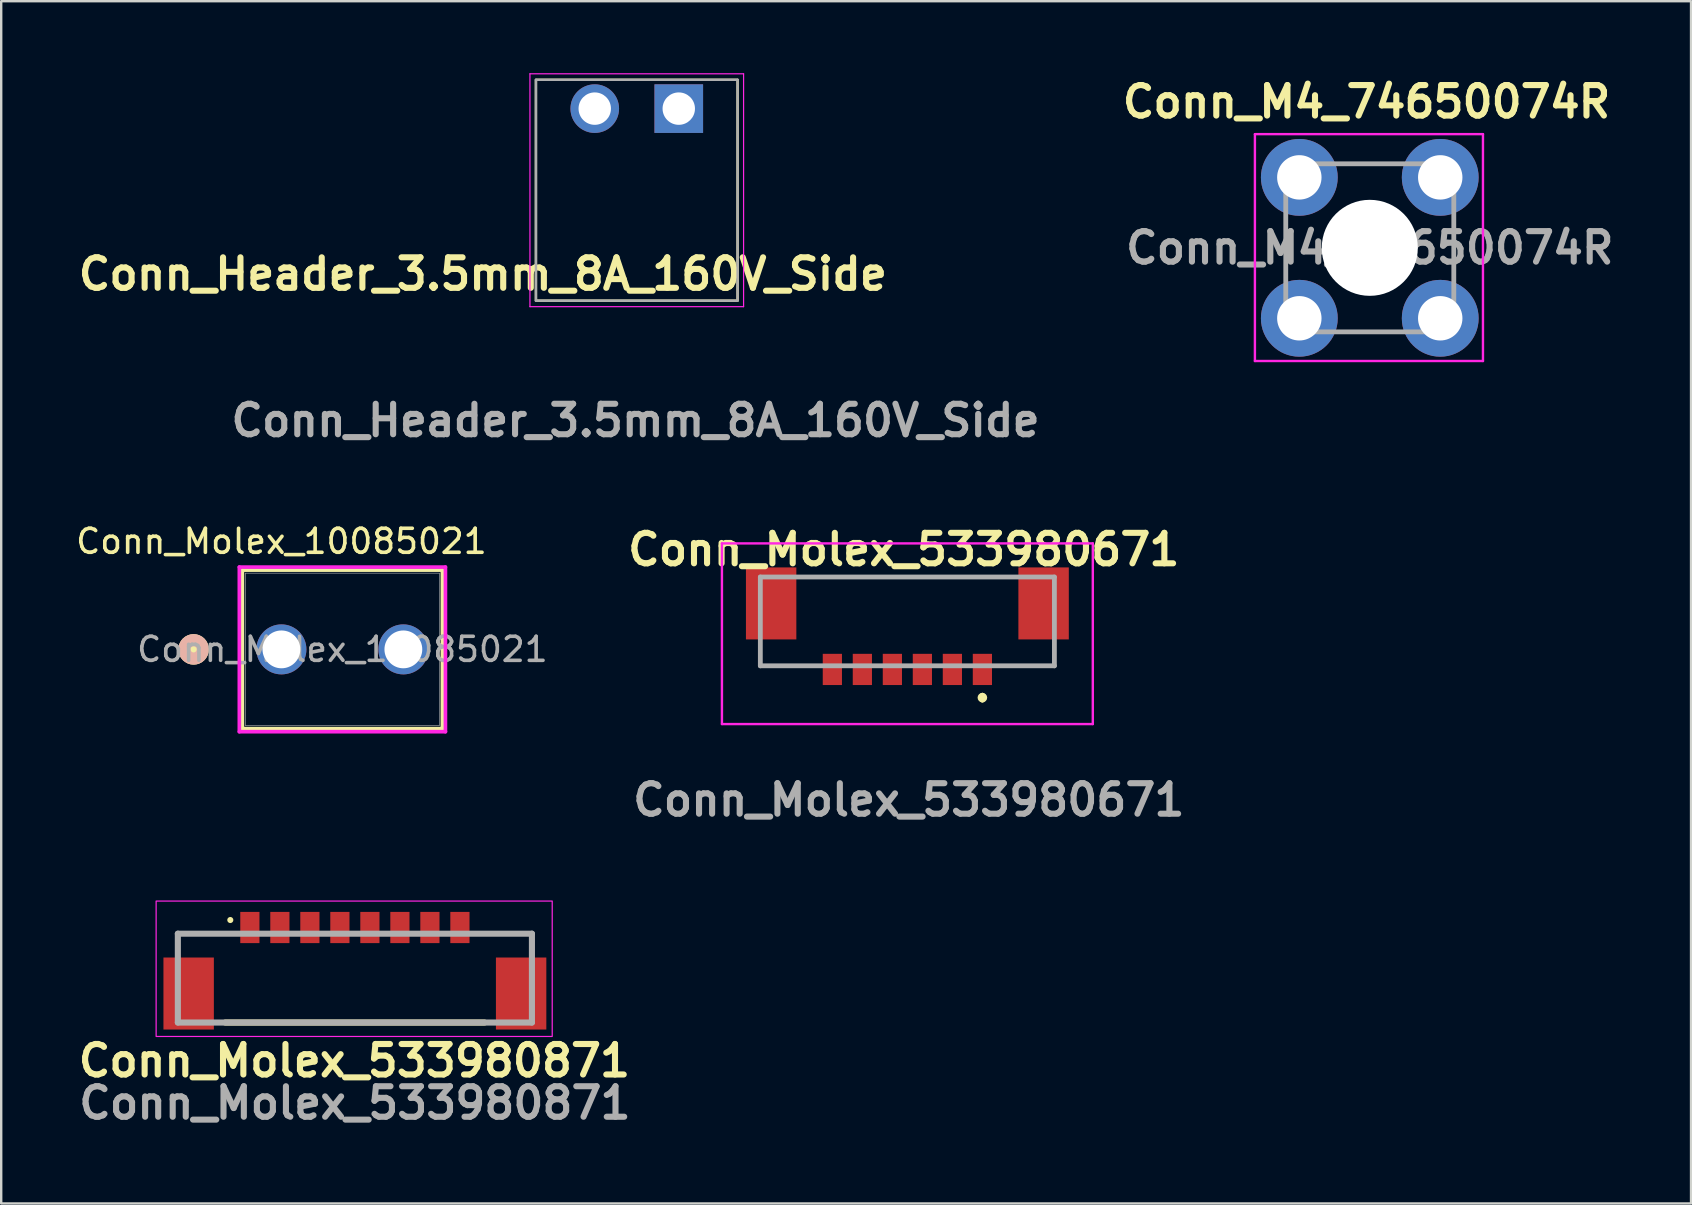
<source format=kicad_pcb>
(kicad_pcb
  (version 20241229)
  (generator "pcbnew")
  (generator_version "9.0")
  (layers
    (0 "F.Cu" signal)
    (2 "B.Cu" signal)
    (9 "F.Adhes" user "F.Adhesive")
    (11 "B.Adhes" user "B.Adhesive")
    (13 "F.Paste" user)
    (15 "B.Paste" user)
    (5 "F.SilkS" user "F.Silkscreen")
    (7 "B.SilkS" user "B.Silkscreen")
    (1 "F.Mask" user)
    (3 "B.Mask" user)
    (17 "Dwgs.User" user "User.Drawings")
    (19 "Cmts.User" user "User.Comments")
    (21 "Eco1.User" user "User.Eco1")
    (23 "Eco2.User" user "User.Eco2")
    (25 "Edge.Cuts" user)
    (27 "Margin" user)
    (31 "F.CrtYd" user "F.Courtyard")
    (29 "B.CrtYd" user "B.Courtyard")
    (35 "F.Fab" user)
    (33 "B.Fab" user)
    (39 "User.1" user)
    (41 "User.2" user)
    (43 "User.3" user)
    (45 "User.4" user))
  (footprint "Conn_Molex_533980871"
    (layer "F.Cu")
    (at 11.734 35.846)
    (property "Reference" "Conn_Molex_533980871" (at -0.02 5.29 0) (layer "F.SilkS") (effects (font (size 1.27 1.27) (thickness 0.254))))
    (attr smd)
    (fp_line (start -5.4 3.7) (end 5.4 3.7) (stroke (width 0.254) (type solid)) (layer "F.SilkS"))
    (fp_line (start -5.19 -0.57) (end -5.19 -0.57) (stroke (width 0.254) (type solid)) (layer "F.SilkS"))
    (fp_rect (start -8.28 -1.36) (end 8.22 4.28) (stroke (width 0.05) (type default)) (fill no) (layer "F.CrtYd"))
    (fp_line (start -7.375 0) (end 7.375 0) (stroke (width 0.254) (type solid)) (layer "F.Fab"))
    (fp_line (start -7.375 3.7) (end -7.375 0) (stroke (width 0.254) (type solid)) (layer "F.Fab"))
    (fp_line (start 7.375 0) (end 7.375 3.7) (stroke (width 0.254) (type solid)) (layer "F.Fab"))
    (fp_line (start 7.375 3.7) (end -7.375 3.7) (stroke (width 0.254) (type solid)) (layer "F.Fab"))
    (fp_text user "${REFERENCE}" (at 0 7.05 0) (layer "F.Fab") (effects (font (size 1.27 1.27) (thickness 0.254))))
    (pad "" smd rect (at -6.925 2.492) (size 2.1 3) (layers "F.Cu" "F.Mask" "F.Paste"))
    (pad "" smd rect (at 6.925 2.492) (size 2.1 3) (layers "F.Cu" "F.Mask" "F.Paste"))
    (pad "1" smd rect (at -4.375 -0.258) (size 0.8 1.3) (layers "F.Cu" "F.Mask" "F.Paste"))
    (pad "2" smd rect (at -3.125 -0.258) (size 0.8 1.3) (layers "F.Cu" "F.Mask" "F.Paste"))
    (pad "3" smd rect (at -1.875 -0.258) (size 0.8 1.3) (layers "F.Cu" "F.Mask" "F.Paste"))
    (pad "4" smd rect (at -0.625 -0.258) (size 0.8 1.3) (layers "F.Cu" "F.Mask" "F.Paste"))
    (pad "5" smd rect (at 0.625 -0.258) (size 0.8 1.3) (layers "F.Cu" "F.Mask" "F.Paste"))
    (pad "6" smd rect (at 1.875 -0.258) (size 0.8 1.3) (layers "F.Cu" "F.Mask" "F.Paste"))
    (pad "7" smd rect (at 3.125 -0.258) (size 0.8 1.3) (layers "F.Cu" "F.Mask" "F.Paste"))
    (pad "8" smd rect (at 4.375 -0.258) (size 0.8 1.3) (layers "F.Cu" "F.Mask" "F.Paste")))
  (footprint "Conn_Molex_10085021"
    (layer "F.Cu")
    (at 8.673 24.002)
    (property "Reference" "Conn_Molex_10085021" (at 0 -4.5 0) (unlocked yes) (layer "F.SilkS") (effects (font (size 1 1) (thickness 0.15))))
    (attr through_hole)
    (fp_line (start -1.626 -3.302) (end -1.626 3.302) (stroke (width 0.152) (type solid)) (layer "F.SilkS"))
    (fp_line (start -1.626 3.302) (end 6.706 3.302) (stroke (width 0.152) (type solid)) (layer "F.SilkS"))
    (fp_line (start 6.706 -3.302) (end -1.626 -3.302) (stroke (width 0.152) (type solid)) (layer "F.SilkS"))
    (fp_line (start 6.706 3.302) (end 6.706 -3.302) (stroke (width 0.152) (type solid)) (layer "F.SilkS"))
    (fp_circle (center -3.658 0) (end -3.277 0) (stroke (width 0.508) (type solid)) (fill yes) (layer "F.SilkS"))
    (fp_circle (center -3.658 0) (end -3.277 0) (stroke (width 0.508) (type solid)) (fill no) (layer "B.SilkS"))
    (fp_line (start -1.753 -3.429) (end -1.753 3.429) (stroke (width 0.152) (type solid)) (layer "F.CrtYd"))
    (fp_line (start -1.753 3.429) (end 6.833 3.429) (stroke (width 0.152) (type solid)) (layer "F.CrtYd"))
    (fp_line (start 6.833 -3.429) (end -1.753 -3.429) (stroke (width 0.152) (type solid)) (layer "F.CrtYd"))
    (fp_line (start 6.833 3.429) (end 6.833 -3.429) (stroke (width 0.152) (type solid)) (layer "F.CrtYd"))
    (fp_line (start -1.499 -3.175) (end -1.499 3.175) (stroke (width 0.025) (type solid)) (layer "F.Fab"))
    (fp_line (start -1.499 3.175) (end 6.579 3.175) (stroke (width 0.025) (type solid)) (layer "F.Fab"))
    (fp_line (start 6.579 -3.175) (end -1.499 -3.175) (stroke (width 0.025) (type solid)) (layer "F.Fab"))
    (fp_line (start 6.579 3.175) (end 6.579 -3.175) (stroke (width 0.025) (type solid)) (layer "F.Fab"))
    (fp_text user "${REFERENCE}" (at 2.54 0 0) (unlocked yes) (layer "F.Fab") (effects (font (size 1 1) (thickness 0.15))))
    (pad "1" thru_hole circle (at 0 0) (size 2.083 2.083) (drill 1.575) (layers "*.Cu" "*.Mask"))
    (pad "2" thru_hole circle (at 5.08 0) (size 2.083 2.083) (drill 1.575) (layers "*.Cu" "*.Mask")))
  (footprint "Conn_M4_74650074R"
    (layer "F.Cu")
    (at 51.077 4.339)
    (property "Reference" "Conn_M4_74650074R" (at 2.8 -3.15 0) (layer "F.SilkS") (effects (font (size 1.27 1.27) (thickness 0.254))))
    (attr through_hole)
    (fp_line (start -0.565 1.935) (end -0.565 3.935) (stroke (width 0.1) (type solid)) (layer "F.SilkS"))
    (fp_line (start 1.935 -0.565) (end 3.935 -0.565) (stroke (width 0.1) (type solid)) (layer "F.SilkS"))
    (fp_line (start 1.935 6.435) (end 3.935 6.435) (stroke (width 0.1) (type solid)) (layer "F.SilkS"))
    (fp_line (start 6.435 1.935) (end 6.435 3.935) (stroke (width 0.1) (type solid)) (layer "F.SilkS"))
    (fp_line (start -1.85 -1.8) (end 7.65 -1.8) (stroke (width 0.1) (type solid)) (layer "F.CrtYd"))
    (fp_line (start -1.85 7.65) (end -1.85 -1.8) (stroke (width 0.1) (type solid)) (layer "F.CrtYd"))
    (fp_line (start 7.65 -1.8) (end 7.65 7.65) (stroke (width 0.1) (type solid)) (layer "F.CrtYd"))
    (fp_line (start 7.65 7.65) (end -1.85 7.65) (stroke (width 0.1) (type solid)) (layer "F.CrtYd"))
    (fp_line (start -0.565 -0.565) (end 6.435 -0.565) (stroke (width 0.2) (type solid)) (layer "F.Fab"))
    (fp_line (start -0.565 6.435) (end -0.565 -0.565) (stroke (width 0.2) (type solid)) (layer "F.Fab"))
    (fp_line (start 6.435 -0.565) (end 6.435 6.435) (stroke (width 0.2) (type solid)) (layer "F.Fab"))
    (fp_line (start 6.435 6.435) (end -0.565 6.435) (stroke (width 0.2) (type solid)) (layer "F.Fab"))
    (fp_text user "${REFERENCE}" (at 2.935 2.935 0) (layer "F.Fab") (effects (font (size 1.27 1.27) (thickness 0.254))))
    (pad "" np_thru_hole circle (at 2.935 2.935) (size 4 4) (drill 4) (layers "*.Cu" "*.Mask"))
    (pad "1" thru_hole circle (at 0 0) (size 3.2 3.2) (drill 1.85) (layers "*.Cu" "*.Mask"))
    (pad "2" thru_hole circle (at 0 5.87) (size 3.2 3.2) (drill 1.85) (layers "*.Cu" "*.Mask"))
    (pad "3" thru_hole circle (at 5.87 5.87) (size 3.2 3.2) (drill 1.85) (layers "*.Cu" "*.Mask"))
    (pad "4" thru_hole circle (at 5.87 0) (size 3.2 3.2) (drill 1.85) (layers "*.Cu" "*.Mask")))
  (footprint "Conn_Molex_533980671"
    (layer "F.Cu")
    (at 34.749 22.912)
    (property "Reference" "Conn_Molex_533980671" (at -0.15 -3.07 0) (layer "F.SilkS") (effects (font (size 1.27 1.27) (thickness 0.254))))
    (attr smd)
    (fp_line (start -4.2 -1.925) (end 3.9 -1.925) (stroke (width 0.1) (type solid)) (layer "F.SilkS"))
    (fp_line (start 3.125 3) (end 3.125 3) (stroke (width 0.2) (type solid)) (layer "F.SilkS"))
    (fp_line (start 3.125 3.2) (end 3.125 3.2) (stroke (width 0.2) (type solid)) (layer "F.SilkS"))
    (fp_line (start 3.9 -1.925) (end 4.2 -1.925) (stroke (width 0.1) (type solid)) (layer "F.SilkS"))
    (fp_arc (start 3.125 3) (mid 3.225 3.1) (end 3.125 3.2) (stroke (width 0.2) (type solid)) (layer "F.SilkS"))
    (fp_arc (start 3.125 3.2) (mid 3.025 3.1) (end 3.125 3) (stroke (width 0.2) (type solid)) (layer "F.SilkS"))
    (fp_line (start -7.725 -3.325) (end 7.725 -3.325) (stroke (width 0.1) (type solid)) (layer "F.CrtYd"))
    (fp_line (start -7.725 4.2) (end -7.725 -3.325) (stroke (width 0.1) (type solid)) (layer "F.CrtYd"))
    (fp_line (start 7.725 -3.325) (end 7.725 4.2) (stroke (width 0.1) (type solid)) (layer "F.CrtYd"))
    (fp_line (start 7.725 4.2) (end -7.725 4.2) (stroke (width 0.1) (type solid)) (layer "F.CrtYd"))
    (fp_line (start -6.125 -1.925) (end 6.125 -1.925) (stroke (width 0.2) (type solid)) (layer "F.Fab"))
    (fp_line (start -6.125 1.775) (end -6.125 -1.925) (stroke (width 0.2) (type solid)) (layer "F.Fab"))
    (fp_line (start 6.125 -1.925) (end 6.125 1.775) (stroke (width 0.2) (type solid)) (layer "F.Fab"))
    (fp_line (start 6.125 1.775) (end -6.125 1.775) (stroke (width 0.2) (type solid)) (layer "F.Fab"))
    (fp_text user "${REFERENCE}" (at 0.06 7.36 0) (layer "F.Fab") (effects (font (size 1.27 1.27) (thickness 0.254))))
    (pad "" smd rect (at -5.675 -0.825) (size 2.1 3) (layers "F.Cu" "F.Mask" "F.Paste"))
    (pad "" smd rect (at 5.675 -0.825) (size 2.1 3) (layers "F.Cu" "F.Mask" "F.Paste"))
    (pad "1" smd rect (at 3.125 1.925) (size 0.8 1.3) (layers "F.Cu" "F.Mask" "F.Paste"))
    (pad "2" smd rect (at 1.875 1.925) (size 0.8 1.3) (layers "F.Cu" "F.Mask" "F.Paste"))
    (pad "3" smd rect (at 0.625 1.925) (size 0.8 1.3) (layers "F.Cu" "F.Mask" "F.Paste"))
    (pad "4" smd rect (at -0.625 1.925) (size 0.8 1.3) (layers "F.Cu" "F.Mask" "F.Paste"))
    (pad "5" smd rect (at -1.875 1.925) (size 0.8 1.3) (layers "F.Cu" "F.Mask" "F.Paste"))
    (pad "6" smd rect (at -3.125 1.925) (size 0.8 1.3) (layers "F.Cu" "F.Mask" "F.Paste")))
  (footprint "Conn_Header_3.5mm_8A_160V_Side"
    (layer "F.Cu")
    (at 23.426 5.475)
    (property "Reference" "Conn_Header_3.5mm_8A_160V_Side" (at -6.36 2.89 0) (layer "F.SilkS") (effects (font (size 1.27 1.27) (thickness 0.254))))
    (attr through_hole)
    (fp_rect (start -4.15 -5.2) (end 4.25 4) (stroke (width 0.1) (type default)) (fill no) (layer "F.SilkS"))
    (fp_line (start -4.4 -5.45) (end -4.4 4.25) (stroke (width 0.05) (type solid)) (layer "F.CrtYd"))
    (fp_line (start -4.4 4.25) (end 4.5 4.25) (stroke (width 0.05) (type solid)) (layer "F.CrtYd"))
    (fp_line (start 4.5 -5.45) (end -4.4 -5.45) (stroke (width 0.05) (type solid)) (layer "F.CrtYd"))
    (fp_line (start 4.5 4.25) (end 4.5 -5.45) (stroke (width 0.05) (type solid)) (layer "F.CrtYd"))
    (fp_line (start -4.15 -5.2) (end 4.25 -5.2) (stroke (width 0.1) (type solid)) (layer "F.Fab"))
    (fp_line (start -4.15 4) (end -4.15 -5.2) (stroke (width 0.1) (type solid)) (layer "F.Fab"))
    (fp_line (start 4.25 -5.2) (end 4.25 4) (stroke (width 0.1) (type solid)) (layer "F.Fab"))
    (fp_line (start 4.25 4) (end -4.15 4) (stroke (width 0.1) (type solid)) (layer "F.Fab"))
    (fp_text user "${REFERENCE}" (at 0 8.99 0) (layer "F.Fab") (effects (font (size 1.27 1.27) (thickness 0.254))))
    (pad "1" thru_hole rect (at 1.8 -4 180) (size 2.025 2.025) (drill 1.35) (layers "*.Cu" "*.Mask"))
    (pad "2" thru_hole circle (at -1.7 -4 180) (size 2.025 2.025) (drill 1.35) (layers "*.Cu" "*.Mask")))
  (gr_rect
    (start -3 -3)
    (end 67.395 47.085)
    (stroke (width 0.1) (type default))
    (fill no)
    (layer "Edge.Cuts")))
</source>
